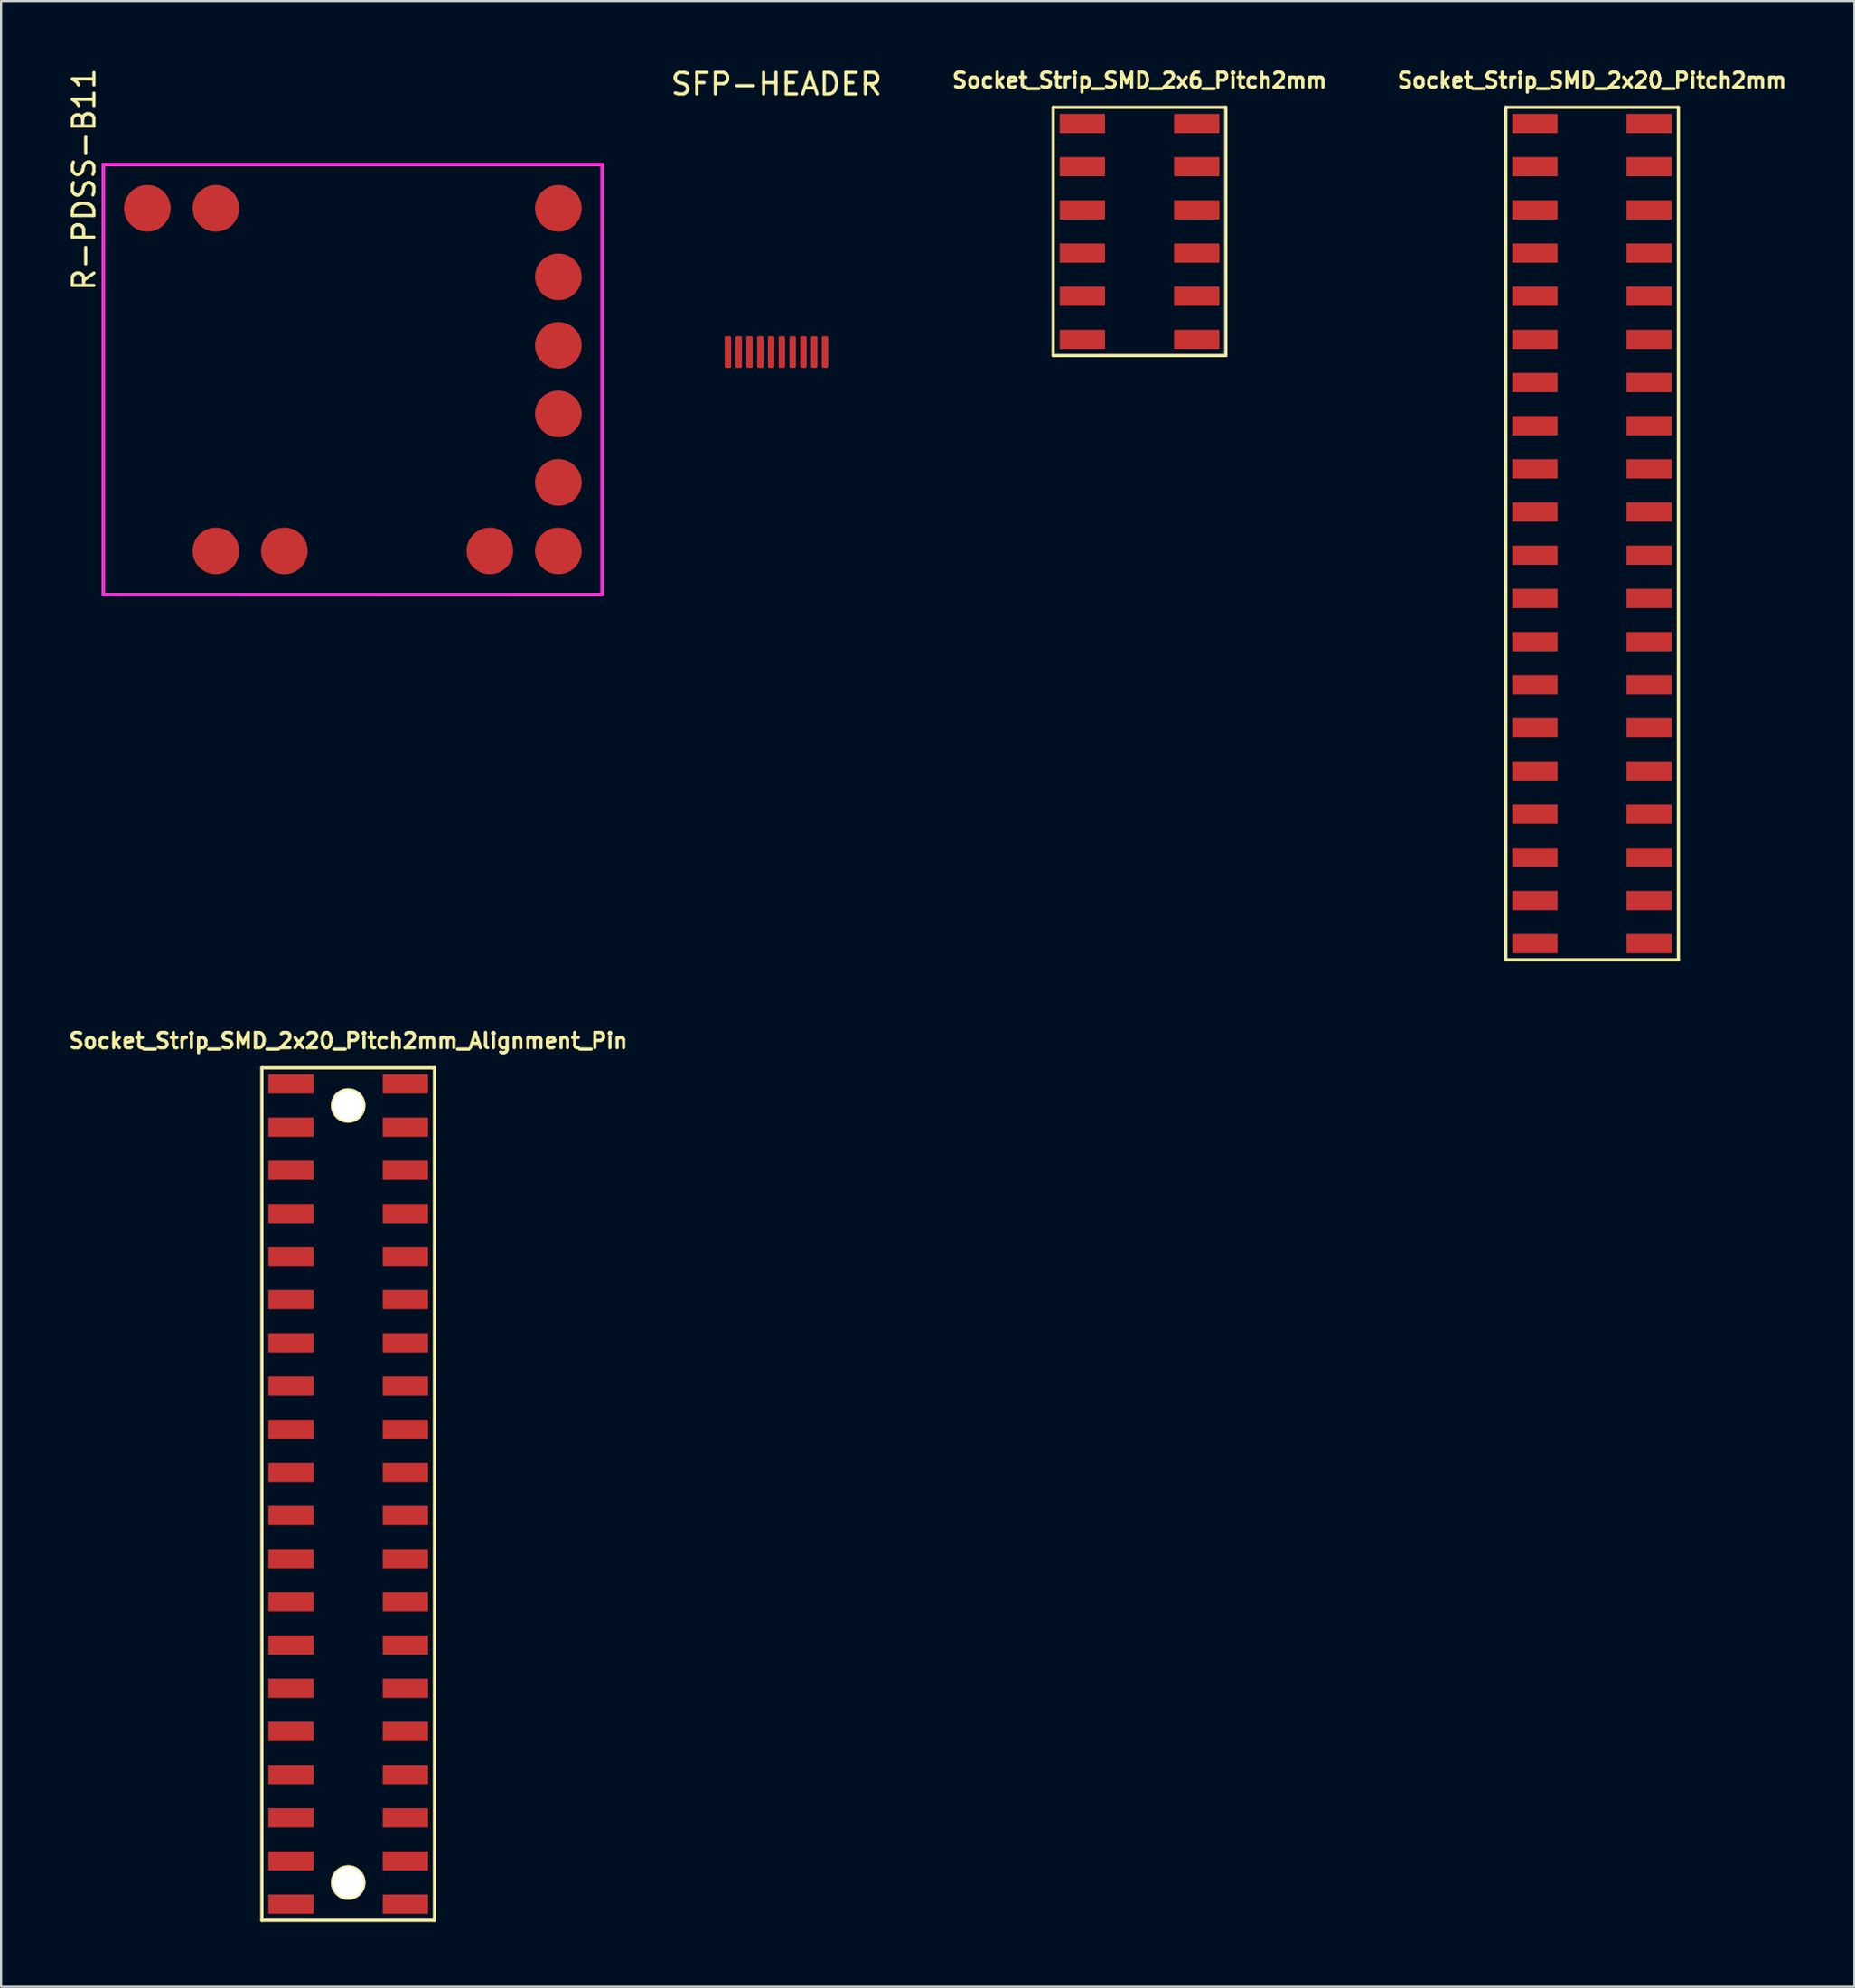
<source format=kicad_pcb>
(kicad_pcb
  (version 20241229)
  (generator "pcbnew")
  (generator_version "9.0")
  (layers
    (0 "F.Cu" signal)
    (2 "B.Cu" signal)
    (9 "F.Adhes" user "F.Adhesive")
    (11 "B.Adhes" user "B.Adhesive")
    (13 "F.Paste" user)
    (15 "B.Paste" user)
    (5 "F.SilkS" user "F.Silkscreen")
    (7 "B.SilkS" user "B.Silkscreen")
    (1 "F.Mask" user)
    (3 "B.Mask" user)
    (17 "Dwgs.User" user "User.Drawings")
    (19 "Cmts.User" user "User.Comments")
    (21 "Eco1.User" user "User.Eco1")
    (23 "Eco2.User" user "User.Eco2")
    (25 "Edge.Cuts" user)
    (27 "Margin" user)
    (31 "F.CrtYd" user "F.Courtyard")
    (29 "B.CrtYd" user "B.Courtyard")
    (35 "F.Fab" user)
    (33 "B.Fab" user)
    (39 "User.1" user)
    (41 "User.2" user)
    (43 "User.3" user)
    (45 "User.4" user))
  (footprint "R-PDSS-B11"
    (layer "F.Cu")
    (at 13.303 14.538)
    (property "Reference" "R-PDSS-B11" (at -12.455 -9.27 90) (layer "F.SilkS") (effects (font (size 1 1) (thickness 0.15))))
    (attr smd)
    (fp_line (start -11.555 -9.97) (end 11.555 -9.97) (stroke (width 0.15) (type solid)) (layer "F.SilkS"))
    (fp_line (start -11.555 9.97) (end -11.555 -9.97) (stroke (width 0.15) (type solid)) (layer "F.SilkS"))
    (fp_line (start 11.555 -9.97) (end 11.555 9.97) (stroke (width 0.15) (type solid)) (layer "F.SilkS"))
    (fp_line (start 11.555 9.97) (end -11.555 9.97) (stroke (width 0.15) (type solid)) (layer "F.SilkS"))
    (fp_line (start -11.555 -9.97) (end 11.555 -9.97) (stroke (width 0.15) (type solid)) (layer "F.CrtYd"))
    (fp_line (start -11.555 9.97) (end -11.555 -9.97) (stroke (width 0.15) (type solid)) (layer "F.CrtYd"))
    (fp_line (start 11.555 -9.97) (end 11.555 9.96) (stroke (width 0.15) (type solid)) (layer "F.CrtYd"))
    (fp_line (start 11.555 9.96) (end -11.555 9.97) (stroke (width 0.15) (type solid)) (layer "F.CrtYd"))
    (pad "1" smd circle (at -9.523 -7.938) (size 2.16 2.16) (layers "F.Cu" "F.Mask" "F.Paste"))
    (pad "2" smd circle (at -6.348 7.937) (size 2.16 2.16) (layers "F.Cu" "F.Mask" "F.Paste"))
    (pad "3" smd circle (at -3.173 7.937) (size 2.16 2.16) (layers "F.Cu" "F.Mask" "F.Paste"))
    (pad "4" smd circle (at 6.352 7.937) (size 2.16 2.16) (layers "F.Cu" "F.Mask" "F.Paste"))
    (pad "5" smd circle (at 9.527 7.937) (size 2.16 2.16) (layers "F.Cu" "F.Mask" "F.Paste"))
    (pad "6" smd circle (at 9.527 4.762) (size 2.16 2.16) (layers "F.Cu" "F.Mask" "F.Paste"))
    (pad "7" smd circle (at 9.527 1.587) (size 2.16 2.16) (layers "F.Cu" "F.Mask" "F.Paste"))
    (pad "8" smd circle (at 9.527 -1.588) (size 2.16 2.16) (layers "F.Cu" "F.Mask" "F.Paste"))
    (pad "9" smd circle (at 9.527 -4.763) (size 2.16 2.16) (layers "F.Cu" "F.Mask" "F.Paste"))
    (pad "10" smd circle (at 9.527 -7.938) (size 2.16 2.16) (layers "F.Cu" "F.Mask" "F.Paste"))
    (pad "11" smd circle (at -6.348 -7.938) (size 2.16 2.16) (layers "F.Cu" "F.Mask" "F.Paste")))
  (footprint "Socket_Strip_SMD_2x6_Pitch2mm"
    (layer "F.Cu")
    (at 48.767 2.673)
    (property "Reference" "Socket_Strip_SMD_2x6_Pitch2mm" (at 1 -2 0) (layer "F.SilkS") (effects (font (size 0.7 0.7) (thickness 0.15))))
    (attr smd)
    (fp_line (start -3 -0.75) (end -3 10.75) (stroke (width 0.15) (type solid)) (layer "F.SilkS"))
    (fp_line (start 5 -0.75) (end -3 -0.75) (stroke (width 0.15) (type solid)) (layer "F.SilkS"))
    (fp_line (start 5 10.75) (end -3 10.75) (stroke (width 0.15) (type solid)) (layer "F.SilkS"))
    (fp_line (start 5 10.75) (end 5 -0.75) (stroke (width 0.15) (type solid)) (layer "F.SilkS"))
    (pad "1" smd rect (at -1.65 0 270) (size 0.89 2.1) (layers "F.Cu" "F.Mask" "F.Paste"))
    (pad "2" smd rect (at 3.65 0 270) (size 0.89 2.1) (layers "F.Cu" "F.Mask" "F.Paste"))
    (pad "3" smd rect (at -1.65 2 270) (size 0.89 2.1) (layers "F.Cu" "F.Mask" "F.Paste"))
    (pad "4" smd rect (at 3.65 2 270) (size 0.89 2.1) (layers "F.Cu" "F.Mask" "F.Paste"))
    (pad "5" smd rect (at -1.65 4 270) (size 0.89 2.1) (layers "F.Cu" "F.Mask" "F.Paste"))
    (pad "6" smd rect (at 3.65 4 270) (size 0.89 2.1) (layers "F.Cu" "F.Mask" "F.Paste"))
    (pad "7" smd rect (at -1.65 6 270) (size 0.89 2.1) (layers "F.Cu" "F.Mask" "F.Paste"))
    (pad "8" smd rect (at 3.65 6 270) (size 0.89 2.1) (layers "F.Cu" "F.Mask" "F.Paste"))
    (pad "9" smd rect (at -1.65 8 270) (size 0.89 2.1) (layers "F.Cu" "F.Mask" "F.Paste"))
    (pad "10" smd rect (at 3.65 8 270) (size 0.89 2.1) (layers "F.Cu" "F.Mask" "F.Paste"))
    (pad "11" smd rect (at -1.65 10 270) (size 0.89 2.1) (layers "F.Cu" "F.Mask" "F.Paste"))
    (pad "12" smd rect (at 3.65 10 270) (size 0.89 2.1) (layers "F.Cu" "F.Mask" "F.Paste")))
  (footprint "SFP-HEADER"
    (layer "F.Cu")
    (at 32.939 13.198)
    (property "Reference" "SFP-HEADER" (at 0 -12.35 0) (layer "F.SilkS") (effects (font (size 1 1) (thickness 0.15))))
    (attr smd)
    (pad "1" smd roundrect (at -2.25 0.062 90) (size 1.475 0.3) (layers "F.Cu" "F.Mask" "F.Paste") (roundrect_rratio 0.25))
    (pad "2" smd roundrect (at -1.75 0.062 90) (size 1.475 0.3) (layers "F.Cu" "F.Mask" "F.Paste") (roundrect_rratio 0.25))
    (pad "3" smd roundrect (at -1.25 0.062 90) (size 1.475 0.3) (layers "F.Cu" "F.Mask" "F.Paste") (roundrect_rratio 0.25))
    (pad "4" smd roundrect (at -0.75 0.062 90) (size 1.475 0.3) (layers "F.Cu" "F.Mask" "F.Paste") (roundrect_rratio 0.25))
    (pad "5" smd roundrect (at -0.25 0.062 90) (size 1.475 0.3) (layers "F.Cu" "F.Mask" "F.Paste") (roundrect_rratio 0.25))
    (pad "6" smd roundrect (at 0.25 0.062 90) (size 1.475 0.3) (layers "F.Cu" "F.Mask" "F.Paste") (roundrect_rratio 0.25))
    (pad "7" smd roundrect (at 0.75 0.062 90) (size 1.475 0.3) (layers "F.Cu" "F.Mask" "F.Paste") (roundrect_rratio 0.25))
    (pad "8" smd roundrect (at 1.25 0.062 90) (size 1.475 0.3) (layers "F.Cu" "F.Mask" "F.Paste") (roundrect_rratio 0.25))
    (pad "9" smd roundrect (at 1.75 0.062 90) (size 1.475 0.3) (layers "F.Cu" "F.Mask" "F.Paste") (roundrect_rratio 0.25))
    (pad "10" smd roundrect (at 2.25 0.062 90) (size 1.475 0.3) (layers "F.Cu" "F.Mask" "F.Paste") (roundrect_rratio 0.25)))
  (footprint "Socket_Strip_SMD_2x20_Pitch2mm_Alignment_Pin"
    (layer "F.Cu")
    (at 12.088 47.17)
    (property "Reference" "Socket_Strip_SMD_2x20_Pitch2mm_Alignment_Pin" (at 1 -2 0) (layer "F.SilkS") (effects (font (size 0.7 0.7) (thickness 0.15))))
    (attr smd)
    (fp_line (start -3 -0.75) (end -3 38.75) (stroke (width 0.15) (type solid)) (layer "F.SilkS"))
    (fp_line (start 5 -0.75) (end -3 -0.75) (stroke (width 0.15) (type solid)) (layer "F.SilkS"))
    (fp_line (start 5 38.75) (end -3 38.75) (stroke (width 0.15) (type solid)) (layer "F.SilkS"))
    (fp_line (start 5 38.75) (end 5 -0.75) (stroke (width 0.15) (type solid)) (layer "F.SilkS"))
    (pad "" np_thru_hole circle (at 1 1) (size 1.6 1.6) (drill 1.45) (layers "*.Cu" "*.Mask" "F.SilkS"))
    (pad "" np_thru_hole circle (at 1 37) (size 1.6 1.6) (drill 1.45) (layers "*.Cu" "*.Mask" "F.SilkS"))
    (pad "1" smd rect (at -1.65 0 270) (size 0.89 2.1) (layers "F.Cu" "F.Mask" "F.Paste"))
    (pad "2" smd rect (at 3.65 0 270) (size 0.89 2.1) (layers "F.Cu" "F.Mask" "F.Paste"))
    (pad "3" smd rect (at -1.65 2 270) (size 0.89 2.1) (layers "F.Cu" "F.Mask" "F.Paste"))
    (pad "4" smd rect (at 3.65 2 270) (size 0.89 2.1) (layers "F.Cu" "F.Mask" "F.Paste"))
    (pad "5" smd rect (at -1.65 4 270) (size 0.89 2.1) (layers "F.Cu" "F.Mask" "F.Paste"))
    (pad "6" smd rect (at 3.65 4 270) (size 0.89 2.1) (layers "F.Cu" "F.Mask" "F.Paste"))
    (pad "7" smd rect (at -1.65 6 270) (size 0.89 2.1) (layers "F.Cu" "F.Mask" "F.Paste"))
    (pad "8" smd rect (at 3.65 6 270) (size 0.89 2.1) (layers "F.Cu" "F.Mask" "F.Paste"))
    (pad "9" smd rect (at -1.65 8 270) (size 0.89 2.1) (layers "F.Cu" "F.Mask" "F.Paste"))
    (pad "10" smd rect (at 3.65 8 270) (size 0.89 2.1) (layers "F.Cu" "F.Mask" "F.Paste"))
    (pad "11" smd rect (at -1.65 10 270) (size 0.89 2.1) (layers "F.Cu" "F.Mask" "F.Paste"))
    (pad "12" smd rect (at 3.65 10 270) (size 0.89 2.1) (layers "F.Cu" "F.Mask" "F.Paste"))
    (pad "13" smd rect (at -1.65 12 270) (size 0.89 2.1) (layers "F.Cu" "F.Mask" "F.Paste"))
    (pad "14" smd rect (at 3.65 12 270) (size 0.89 2.1) (layers "F.Cu" "F.Mask" "F.Paste"))
    (pad "15" smd rect (at -1.65 14 270) (size 0.89 2.1) (layers "F.Cu" "F.Mask" "F.Paste"))
    (pad "16" smd rect (at 3.65 14 270) (size 0.89 2.1) (layers "F.Cu" "F.Mask" "F.Paste"))
    (pad "17" smd rect (at -1.65 16 270) (size 0.89 2.1) (layers "F.Cu" "F.Mask" "F.Paste"))
    (pad "18" smd rect (at 3.65 16 270) (size 0.89 2.1) (layers "F.Cu" "F.Mask" "F.Paste"))
    (pad "19" smd rect (at -1.65 18 270) (size 0.89 2.1) (layers "F.Cu" "F.Mask" "F.Paste"))
    (pad "20" smd rect (at 3.65 18 270) (size 0.89 2.1) (layers "F.Cu" "F.Mask" "F.Paste"))
    (pad "21" smd rect (at -1.65 20 270) (size 0.89 2.1) (layers "F.Cu" "F.Mask" "F.Paste"))
    (pad "22" smd rect (at 3.65 20 270) (size 0.89 2.1) (layers "F.Cu" "F.Mask" "F.Paste"))
    (pad "23" smd rect (at -1.65 22 270) (size 0.89 2.1) (layers "F.Cu" "F.Mask" "F.Paste"))
    (pad "24" smd rect (at 3.65 22 270) (size 0.89 2.1) (layers "F.Cu" "F.Mask" "F.Paste"))
    (pad "25" smd rect (at -1.65 24 270) (size 0.89 2.1) (layers "F.Cu" "F.Mask" "F.Paste"))
    (pad "26" smd rect (at 3.65 24 270) (size 0.89 2.1) (layers "F.Cu" "F.Mask" "F.Paste"))
    (pad "27" smd rect (at -1.65 26 270) (size 0.89 2.1) (layers "F.Cu" "F.Mask" "F.Paste"))
    (pad "28" smd rect (at 3.65 26 270) (size 0.89 2.1) (layers "F.Cu" "F.Mask" "F.Paste"))
    (pad "29" smd rect (at -1.65 28 270) (size 0.89 2.1) (layers "F.Cu" "F.Mask" "F.Paste"))
    (pad "30" smd rect (at 3.65 28 270) (size 0.89 2.1) (layers "F.Cu" "F.Mask" "F.Paste"))
    (pad "31" smd rect (at -1.65 30 270) (size 0.89 2.1) (layers "F.Cu" "F.Mask" "F.Paste"))
    (pad "32" smd rect (at 3.65 30 270) (size 0.89 2.1) (layers "F.Cu" "F.Mask" "F.Paste"))
    (pad "33" smd rect (at -1.65 32 270) (size 0.89 2.1) (layers "F.Cu" "F.Mask" "F.Paste"))
    (pad "34" smd rect (at 3.65 32 270) (size 0.89 2.1) (layers "F.Cu" "F.Mask" "F.Paste"))
    (pad "35" smd rect (at -1.65 34 270) (size 0.89 2.1) (layers "F.Cu" "F.Mask" "F.Paste"))
    (pad "36" smd rect (at 3.65 34 270) (size 0.89 2.1) (layers "F.Cu" "F.Mask" "F.Paste"))
    (pad "37" smd rect (at -1.65 36 270) (size 0.89 2.1) (layers "F.Cu" "F.Mask" "F.Paste"))
    (pad "38" smd rect (at 3.65 36 270) (size 0.89 2.1) (layers "F.Cu" "F.Mask" "F.Paste"))
    (pad "39" smd rect (at -1.65 38 270) (size 0.89 2.1) (layers "F.Cu" "F.Mask" "F.Paste"))
    (pad "40" smd rect (at 3.65 38 270) (size 0.89 2.1) (layers "F.Cu" "F.Mask" "F.Paste")))
  (footprint "Socket_Strip_SMD_2x20_Pitch2mm"
    (layer "F.Cu")
    (at 69.743 2.673)
    (property "Reference" "Socket_Strip_SMD_2x20_Pitch2mm" (at 1 -2 0) (layer "F.SilkS") (effects (font (size 0.7 0.7) (thickness 0.15))))
    (attr smd)
    (fp_line (start -3 -0.75) (end -3 38.75) (stroke (width 0.15) (type solid)) (layer "F.SilkS"))
    (fp_line (start 5 -0.75) (end -3 -0.75) (stroke (width 0.15) (type solid)) (layer "F.SilkS"))
    (fp_line (start 5 38.75) (end -3 38.75) (stroke (width 0.15) (type solid)) (layer "F.SilkS"))
    (fp_line (start 5 38.75) (end 5 -0.75) (stroke (width 0.15) (type solid)) (layer "F.SilkS"))
    (pad "1" smd rect (at -1.65 0 270) (size 0.89 2.1) (layers "F.Cu" "F.Mask" "F.Paste"))
    (pad "2" smd rect (at 3.65 0 270) (size 0.89 2.1) (layers "F.Cu" "F.Mask" "F.Paste"))
    (pad "3" smd rect (at -1.65 2 270) (size 0.89 2.1) (layers "F.Cu" "F.Mask" "F.Paste"))
    (pad "4" smd rect (at 3.65 2 270) (size 0.89 2.1) (layers "F.Cu" "F.Mask" "F.Paste"))
    (pad "5" smd rect (at -1.65 4 270) (size 0.89 2.1) (layers "F.Cu" "F.Mask" "F.Paste"))
    (pad "6" smd rect (at 3.65 4 270) (size 0.89 2.1) (layers "F.Cu" "F.Mask" "F.Paste"))
    (pad "7" smd rect (at -1.65 6 270) (size 0.89 2.1) (layers "F.Cu" "F.Mask" "F.Paste"))
    (pad "8" smd rect (at 3.65 6 270) (size 0.89 2.1) (layers "F.Cu" "F.Mask" "F.Paste"))
    (pad "9" smd rect (at -1.65 8 270) (size 0.89 2.1) (layers "F.Cu" "F.Mask" "F.Paste"))
    (pad "10" smd rect (at 3.65 8 270) (size 0.89 2.1) (layers "F.Cu" "F.Mask" "F.Paste"))
    (pad "11" smd rect (at -1.65 10 270) (size 0.89 2.1) (layers "F.Cu" "F.Mask" "F.Paste"))
    (pad "12" smd rect (at 3.65 10 270) (size 0.89 2.1) (layers "F.Cu" "F.Mask" "F.Paste"))
    (pad "13" smd rect (at -1.65 12 270) (size 0.89 2.1) (layers "F.Cu" "F.Mask" "F.Paste"))
    (pad "14" smd rect (at 3.65 12 270) (size 0.89 2.1) (layers "F.Cu" "F.Mask" "F.Paste"))
    (pad "15" smd rect (at -1.65 14 270) (size 0.89 2.1) (layers "F.Cu" "F.Mask" "F.Paste"))
    (pad "16" smd rect (at 3.65 14 270) (size 0.89 2.1) (layers "F.Cu" "F.Mask" "F.Paste"))
    (pad "17" smd rect (at -1.65 16 270) (size 0.89 2.1) (layers "F.Cu" "F.Mask" "F.Paste"))
    (pad "18" smd rect (at 3.65 16 270) (size 0.89 2.1) (layers "F.Cu" "F.Mask" "F.Paste"))
    (pad "19" smd rect (at -1.65 18 270) (size 0.89 2.1) (layers "F.Cu" "F.Mask" "F.Paste"))
    (pad "20" smd rect (at 3.65 18 270) (size 0.89 2.1) (layers "F.Cu" "F.Mask" "F.Paste"))
    (pad "21" smd rect (at -1.65 20 270) (size 0.89 2.1) (layers "F.Cu" "F.Mask" "F.Paste"))
    (pad "22" smd rect (at 3.65 20 270) (size 0.89 2.1) (layers "F.Cu" "F.Mask" "F.Paste"))
    (pad "23" smd rect (at -1.65 22 270) (size 0.89 2.1) (layers "F.Cu" "F.Mask" "F.Paste"))
    (pad "24" smd rect (at 3.65 22 270) (size 0.89 2.1) (layers "F.Cu" "F.Mask" "F.Paste"))
    (pad "25" smd rect (at -1.65 24 270) (size 0.89 2.1) (layers "F.Cu" "F.Mask" "F.Paste"))
    (pad "26" smd rect (at 3.65 24 270) (size 0.89 2.1) (layers "F.Cu" "F.Mask" "F.Paste"))
    (pad "27" smd rect (at -1.65 26 270) (size 0.89 2.1) (layers "F.Cu" "F.Mask" "F.Paste"))
    (pad "28" smd rect (at 3.65 26 270) (size 0.89 2.1) (layers "F.Cu" "F.Mask" "F.Paste"))
    (pad "29" smd rect (at -1.65 28 270) (size 0.89 2.1) (layers "F.Cu" "F.Mask" "F.Paste"))
    (pad "30" smd rect (at 3.65 28 270) (size 0.89 2.1) (layers "F.Cu" "F.Mask" "F.Paste"))
    (pad "31" smd rect (at -1.65 30 270) (size 0.89 2.1) (layers "F.Cu" "F.Mask" "F.Paste"))
    (pad "32" smd rect (at 3.65 30 270) (size 0.89 2.1) (layers "F.Cu" "F.Mask" "F.Paste"))
    (pad "33" smd rect (at -1.65 32 270) (size 0.89 2.1) (layers "F.Cu" "F.Mask" "F.Paste"))
    (pad "34" smd rect (at 3.65 32 270) (size 0.89 2.1) (layers "F.Cu" "F.Mask" "F.Paste"))
    (pad "35" smd rect (at -1.65 34 270) (size 0.89 2.1) (layers "F.Cu" "F.Mask" "F.Paste"))
    (pad "36" smd rect (at 3.65 34 270) (size 0.89 2.1) (layers "F.Cu" "F.Mask" "F.Paste"))
    (pad "37" smd rect (at -1.65 36 270) (size 0.89 2.1) (layers "F.Cu" "F.Mask" "F.Paste"))
    (pad "38" smd rect (at 3.65 36 270) (size 0.89 2.1) (layers "F.Cu" "F.Mask" "F.Paste"))
    (pad "39" smd rect (at -1.65 38 270) (size 0.89 2.1) (layers "F.Cu" "F.Mask" "F.Paste"))
    (pad "40" smd rect (at 3.65 38 270) (size 0.89 2.1) (layers "F.Cu" "F.Mask" "F.Paste")))
  (gr_rect
    (start -3 -3)
    (end 82.898 88.996)
    (stroke (width 0.1) (type default))
    (fill no)
    (layer "Edge.Cuts")))
</source>
